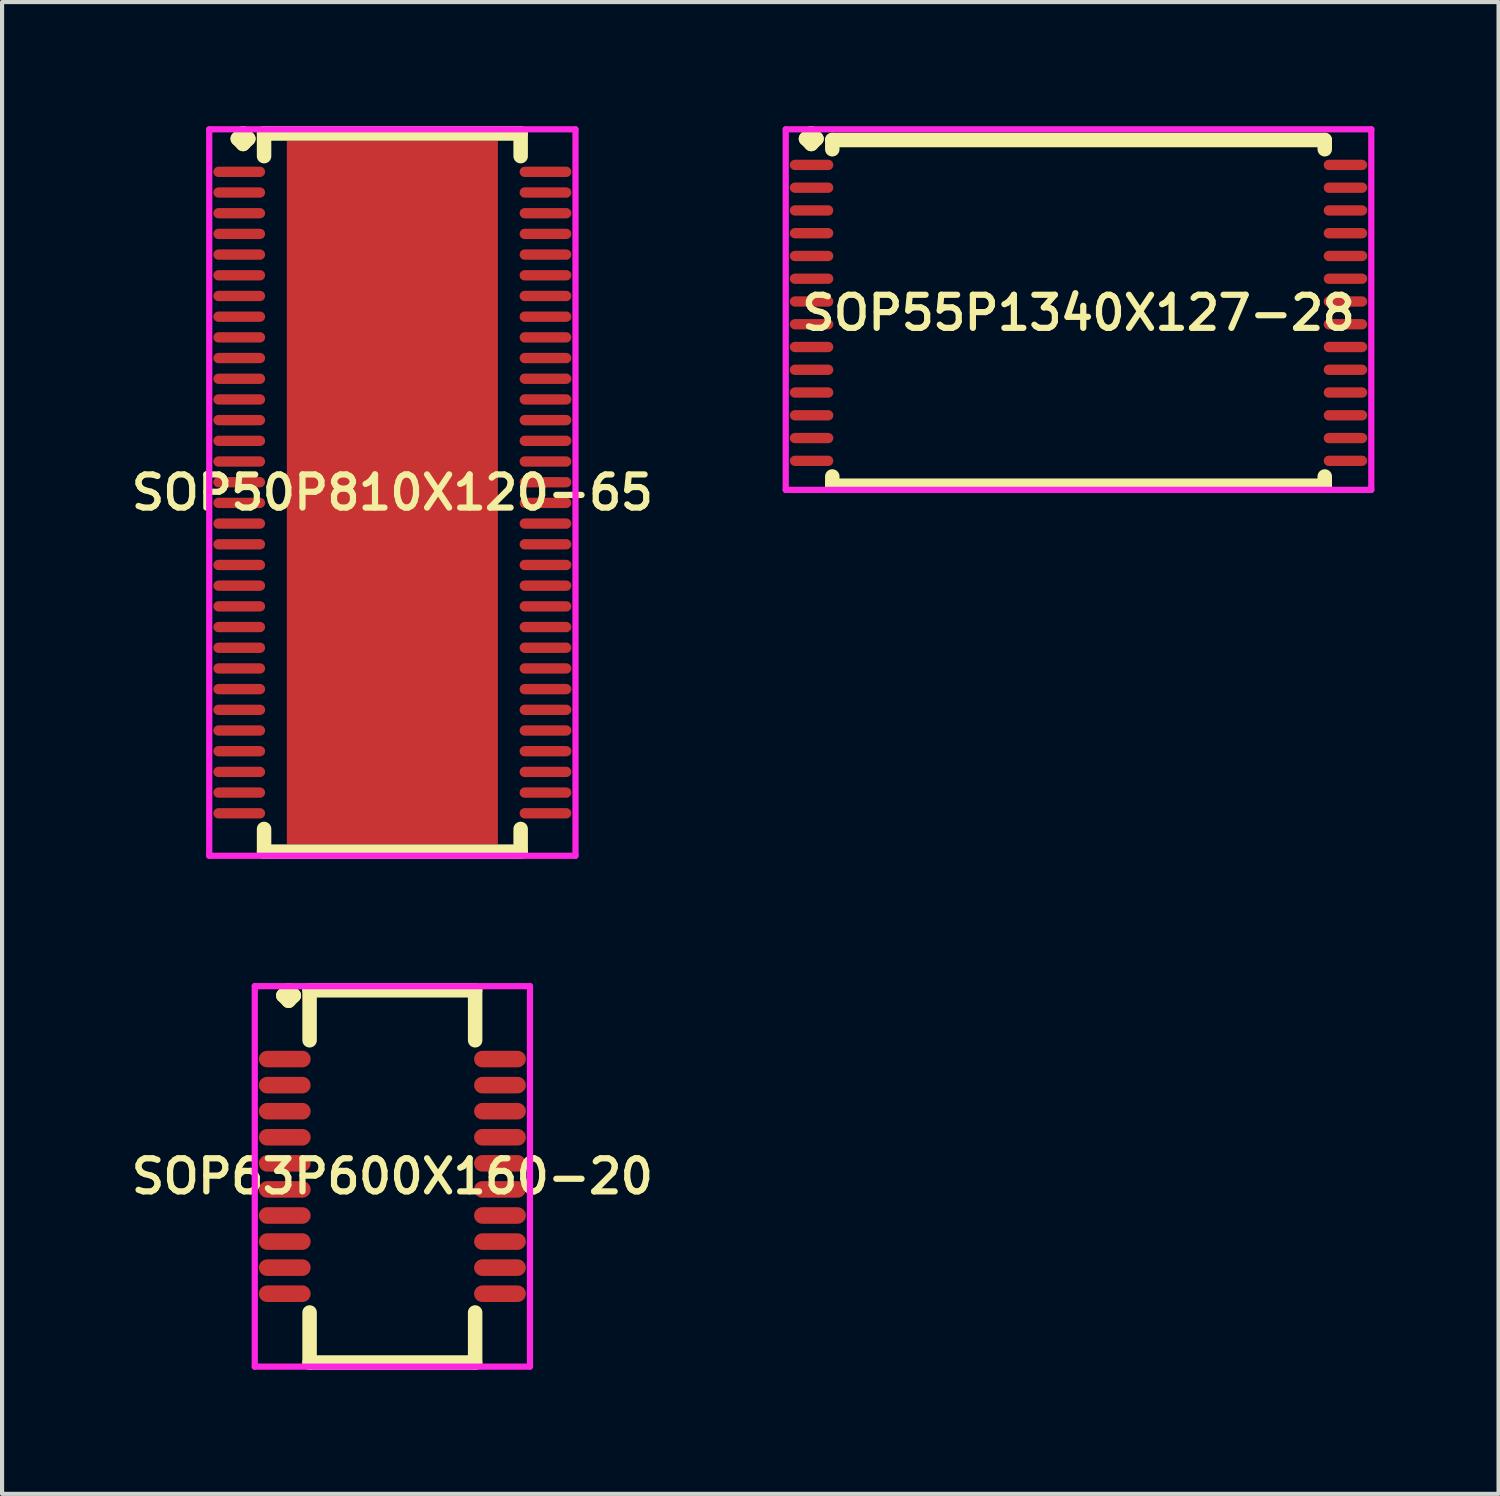
<source format=kicad_pcb>
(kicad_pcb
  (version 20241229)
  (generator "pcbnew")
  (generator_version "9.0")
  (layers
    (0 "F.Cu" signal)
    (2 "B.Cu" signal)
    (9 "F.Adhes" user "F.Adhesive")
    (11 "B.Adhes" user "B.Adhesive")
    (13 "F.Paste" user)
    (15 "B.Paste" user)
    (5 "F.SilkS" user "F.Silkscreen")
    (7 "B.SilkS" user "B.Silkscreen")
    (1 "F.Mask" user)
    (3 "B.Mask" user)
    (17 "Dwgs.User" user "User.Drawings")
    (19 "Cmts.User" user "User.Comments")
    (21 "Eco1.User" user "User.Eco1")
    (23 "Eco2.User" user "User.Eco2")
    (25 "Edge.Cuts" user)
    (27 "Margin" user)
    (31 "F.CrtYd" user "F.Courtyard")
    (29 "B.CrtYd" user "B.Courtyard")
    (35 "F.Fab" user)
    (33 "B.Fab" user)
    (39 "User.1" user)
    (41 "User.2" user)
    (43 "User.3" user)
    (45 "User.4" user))
  (footprint "SOP63P600X160-20"
    (layer "F.Cu")
    (at 6.431 25.376)
    (property "Reference" "SOP63P600X160-20" (at 0 0 0) (layer "F.SilkS") (effects (font (size 0.8 0.8) (thickness 0.15))))
    (attr smd)
    (fp_line (start -2.635 -4.37) (end -2.508 -4.497) (stroke (width 0.35) (type solid)) (layer "F.SilkS"))
    (fp_line (start -2.508 -4.497) (end -2.381 -4.37) (stroke (width 0.35) (type solid)) (layer "F.SilkS"))
    (fp_line (start -2.508 -4.243) (end -2.635 -4.37) (stroke (width 0.35) (type solid)) (layer "F.SilkS"))
    (fp_line (start -2.381 -4.37) (end -2.508 -4.243) (stroke (width 0.35) (type solid)) (layer "F.SilkS"))
    (fp_line (start -2 -4.497) (end 2 -4.497) (stroke (width 0.35) (type solid)) (layer "F.SilkS"))
    (fp_line (start -2 -3.289) (end -2 -4.497) (stroke (width 0.35) (type solid)) (layer "F.SilkS"))
    (fp_line (start -2 3.289) (end -2 4.497) (stroke (width 0.35) (type solid)) (layer "F.SilkS"))
    (fp_line (start -2 4.497) (end 2 4.497) (stroke (width 0.35) (type solid)) (layer "F.SilkS"))
    (fp_line (start 2 -4.497) (end 2 -3.289) (stroke (width 0.35) (type solid)) (layer "F.SilkS"))
    (fp_line (start 2 4.497) (end 2 3.289) (stroke (width 0.35) (type solid)) (layer "F.SilkS"))
    (fp_line (start -3.325 -4.597) (end 3.325 -4.597) (stroke (width 0.15) (type solid)) (layer "F.CrtYd"))
    (fp_line (start -3.325 4.597) (end -3.325 -4.597) (stroke (width 0.15) (type solid)) (layer "F.CrtYd"))
    (fp_line (start 3.325 -4.597) (end 3.325 4.597) (stroke (width 0.15) (type solid)) (layer "F.CrtYd"))
    (fp_line (start 3.325 4.597) (end -3.325 4.597) (stroke (width 0.15) (type solid)) (layer "F.CrtYd"))
    (pad "1" smd oval (at -2.6 -2.835) (size 1.25 0.4) (layers "F.Cu" "F.Mask" "F.Paste"))
    (pad "2" smd oval (at -2.6 -2.205) (size 1.25 0.4) (layers "F.Cu" "F.Mask" "F.Paste"))
    (pad "3" smd oval (at -2.6 -1.575) (size 1.25 0.4) (layers "F.Cu" "F.Mask" "F.Paste"))
    (pad "4" smd oval (at -2.6 -0.945) (size 1.25 0.4) (layers "F.Cu" "F.Mask" "F.Paste"))
    (pad "5" smd oval (at -2.6 -0.315) (size 1.25 0.4) (layers "F.Cu" "F.Mask" "F.Paste"))
    (pad "6" smd oval (at -2.6 0.315) (size 1.25 0.4) (layers "F.Cu" "F.Mask" "F.Paste"))
    (pad "7" smd oval (at -2.6 0.945) (size 1.25 0.4) (layers "F.Cu" "F.Mask" "F.Paste"))
    (pad "8" smd oval (at -2.6 1.575) (size 1.25 0.4) (layers "F.Cu" "F.Mask" "F.Paste"))
    (pad "9" smd oval (at -2.6 2.205) (size 1.25 0.4) (layers "F.Cu" "F.Mask" "F.Paste"))
    (pad "10" smd oval (at -2.6 2.835) (size 1.25 0.4) (layers "F.Cu" "F.Mask" "F.Paste"))
    (pad "11" smd oval (at 2.6 2.835) (size 1.25 0.4) (layers "F.Cu" "F.Mask" "F.Paste"))
    (pad "12" smd oval (at 2.6 2.205) (size 1.25 0.4) (layers "F.Cu" "F.Mask" "F.Paste"))
    (pad "13" smd oval (at 2.6 1.575) (size 1.25 0.4) (layers "F.Cu" "F.Mask" "F.Paste"))
    (pad "14" smd oval (at 2.6 0.945) (size 1.25 0.4) (layers "F.Cu" "F.Mask" "F.Paste"))
    (pad "15" smd oval (at 2.6 0.315) (size 1.25 0.4) (layers "F.Cu" "F.Mask" "F.Paste"))
    (pad "16" smd oval (at 2.6 -0.315) (size 1.25 0.4) (layers "F.Cu" "F.Mask" "F.Paste"))
    (pad "17" smd oval (at 2.6 -0.945) (size 1.25 0.4) (layers "F.Cu" "F.Mask" "F.Paste"))
    (pad "18" smd oval (at 2.6 -1.575) (size 1.25 0.4) (layers "F.Cu" "F.Mask" "F.Paste"))
    (pad "19" smd oval (at 2.6 -2.205) (size 1.25 0.4) (layers "F.Cu" "F.Mask" "F.Paste"))
    (pad "20" smd oval (at 2.6 -2.835) (size 1.25 0.4) (layers "F.Cu" "F.Mask" "F.Paste")))
  (footprint "SOP50P810X120-65"
    (layer "F.Cu")
    (at 6.431 8.852)
    (property "Reference" "SOP50P810X120-65" (at 0 0 0) (layer "F.SilkS") (effects (font (size 0.8 0.8) (thickness 0.15))))
    (attr smd)
    (fp_line (start -3.735 -8.55) (end -3.608 -8.677) (stroke (width 0.35) (type solid)) (layer "F.SilkS"))
    (fp_line (start -3.608 -8.677) (end -3.481 -8.55) (stroke (width 0.35) (type solid)) (layer "F.SilkS"))
    (fp_line (start -3.608 -8.423) (end -3.735 -8.55) (stroke (width 0.35) (type solid)) (layer "F.SilkS"))
    (fp_line (start -3.481 -8.55) (end -3.608 -8.423) (stroke (width 0.35) (type solid)) (layer "F.SilkS"))
    (fp_line (start -3.1 -8.677) (end 3.1 -8.677) (stroke (width 0.35) (type solid)) (layer "F.SilkS"))
    (fp_line (start -3.1 -8.129) (end -3.1 -8.677) (stroke (width 0.35) (type solid)) (layer "F.SilkS"))
    (fp_line (start -3.1 8.129) (end -3.1 8.677) (stroke (width 0.35) (type solid)) (layer "F.SilkS"))
    (fp_line (start -3.1 8.677) (end 3.1 8.677) (stroke (width 0.35) (type solid)) (layer "F.SilkS"))
    (fp_line (start 3.1 -8.677) (end 3.1 -8.129) (stroke (width 0.35) (type solid)) (layer "F.SilkS"))
    (fp_line (start 3.1 8.677) (end 3.1 8.129) (stroke (width 0.35) (type solid)) (layer "F.SilkS"))
    (fp_line (start -4.425 -8.777) (end 4.425 -8.777) (stroke (width 0.15) (type solid)) (layer "F.CrtYd"))
    (fp_line (start -4.425 8.777) (end -4.425 -8.777) (stroke (width 0.15) (type solid)) (layer "F.CrtYd"))
    (fp_line (start 4.425 -8.777) (end 4.425 8.777) (stroke (width 0.15) (type solid)) (layer "F.CrtYd"))
    (fp_line (start 4.425 8.777) (end -4.425 8.777) (stroke (width 0.15) (type solid)) (layer "F.CrtYd"))
    (pad "1" smd oval (at -3.7 -7.75) (size 1.25 0.25) (layers "F.Cu" "F.Mask" "F.Paste"))
    (pad "2" smd oval (at -3.7 -7.25) (size 1.25 0.25) (layers "F.Cu" "F.Mask" "F.Paste"))
    (pad "3" smd oval (at -3.7 -6.75) (size 1.25 0.25) (layers "F.Cu" "F.Mask" "F.Paste"))
    (pad "4" smd oval (at -3.7 -6.25) (size 1.25 0.25) (layers "F.Cu" "F.Mask" "F.Paste"))
    (pad "5" smd oval (at -3.7 -5.75) (size 1.25 0.25) (layers "F.Cu" "F.Mask" "F.Paste"))
    (pad "6" smd oval (at -3.7 -5.25) (size 1.25 0.25) (layers "F.Cu" "F.Mask" "F.Paste"))
    (pad "7" smd oval (at -3.7 -4.75) (size 1.25 0.25) (layers "F.Cu" "F.Mask" "F.Paste"))
    (pad "8" smd oval (at -3.7 -4.25) (size 1.25 0.25) (layers "F.Cu" "F.Mask" "F.Paste"))
    (pad "9" smd oval (at -3.7 -3.75) (size 1.25 0.25) (layers "F.Cu" "F.Mask" "F.Paste"))
    (pad "10" smd oval (at -3.7 -3.25) (size 1.25 0.25) (layers "F.Cu" "F.Mask" "F.Paste"))
    (pad "11" smd oval (at -3.7 -2.75) (size 1.25 0.25) (layers "F.Cu" "F.Mask" "F.Paste"))
    (pad "12" smd oval (at -3.7 -2.25) (size 1.25 0.25) (layers "F.Cu" "F.Mask" "F.Paste"))
    (pad "13" smd oval (at -3.7 -1.75) (size 1.25 0.25) (layers "F.Cu" "F.Mask" "F.Paste"))
    (pad "14" smd oval (at -3.7 -1.25) (size 1.25 0.25) (layers "F.Cu" "F.Mask" "F.Paste"))
    (pad "15" smd oval (at -3.7 -0.75) (size 1.25 0.25) (layers "F.Cu" "F.Mask" "F.Paste"))
    (pad "16" smd oval (at -3.7 -0.25) (size 1.25 0.25) (layers "F.Cu" "F.Mask" "F.Paste"))
    (pad "17" smd oval (at -3.7 0.25) (size 1.25 0.25) (layers "F.Cu" "F.Mask" "F.Paste"))
    (pad "18" smd oval (at -3.7 0.75) (size 1.25 0.25) (layers "F.Cu" "F.Mask" "F.Paste"))
    (pad "19" smd oval (at -3.7 1.25) (size 1.25 0.25) (layers "F.Cu" "F.Mask" "F.Paste"))
    (pad "20" smd oval (at -3.7 1.75) (size 1.25 0.25) (layers "F.Cu" "F.Mask" "F.Paste"))
    (pad "21" smd oval (at -3.7 2.25) (size 1.25 0.25) (layers "F.Cu" "F.Mask" "F.Paste"))
    (pad "22" smd oval (at -3.7 2.75) (size 1.25 0.25) (layers "F.Cu" "F.Mask" "F.Paste"))
    (pad "23" smd oval (at -3.7 3.25) (size 1.25 0.25) (layers "F.Cu" "F.Mask" "F.Paste"))
    (pad "24" smd oval (at -3.7 3.75) (size 1.25 0.25) (layers "F.Cu" "F.Mask" "F.Paste"))
    (pad "25" smd oval (at -3.7 4.25) (size 1.25 0.25) (layers "F.Cu" "F.Mask" "F.Paste"))
    (pad "26" smd oval (at -3.7 4.75) (size 1.25 0.25) (layers "F.Cu" "F.Mask" "F.Paste"))
    (pad "27" smd oval (at -3.7 5.25) (size 1.25 0.25) (layers "F.Cu" "F.Mask" "F.Paste"))
    (pad "28" smd oval (at -3.7 5.75) (size 1.25 0.25) (layers "F.Cu" "F.Mask" "F.Paste"))
    (pad "29" smd oval (at -3.7 6.25) (size 1.25 0.25) (layers "F.Cu" "F.Mask" "F.Paste"))
    (pad "30" smd oval (at -3.7 6.75) (size 1.25 0.25) (layers "F.Cu" "F.Mask" "F.Paste"))
    (pad "31" smd oval (at -3.7 7.25) (size 1.25 0.25) (layers "F.Cu" "F.Mask" "F.Paste"))
    (pad "32" smd oval (at -3.7 7.75) (size 1.25 0.25) (layers "F.Cu" "F.Mask" "F.Paste"))
    (pad "33" smd oval (at 3.7 7.75) (size 1.25 0.25) (layers "F.Cu" "F.Mask" "F.Paste"))
    (pad "34" smd oval (at 3.7 7.25) (size 1.25 0.25) (layers "F.Cu" "F.Mask" "F.Paste"))
    (pad "35" smd oval (at 3.7 6.75) (size 1.25 0.25) (layers "F.Cu" "F.Mask" "F.Paste"))
    (pad "36" smd oval (at 3.7 6.25) (size 1.25 0.25) (layers "F.Cu" "F.Mask" "F.Paste"))
    (pad "37" smd oval (at 3.7 5.75) (size 1.25 0.25) (layers "F.Cu" "F.Mask" "F.Paste"))
    (pad "38" smd oval (at 3.7 5.25) (size 1.25 0.25) (layers "F.Cu" "F.Mask" "F.Paste"))
    (pad "39" smd oval (at 3.7 4.75) (size 1.25 0.25) (layers "F.Cu" "F.Mask" "F.Paste"))
    (pad "40" smd oval (at 3.7 4.25) (size 1.25 0.25) (layers "F.Cu" "F.Mask" "F.Paste"))
    (pad "41" smd oval (at 3.7 3.75) (size 1.25 0.25) (layers "F.Cu" "F.Mask" "F.Paste"))
    (pad "42" smd oval (at 3.7 3.25) (size 1.25 0.25) (layers "F.Cu" "F.Mask" "F.Paste"))
    (pad "43" smd oval (at 3.7 2.75) (size 1.25 0.25) (layers "F.Cu" "F.Mask" "F.Paste"))
    (pad "44" smd oval (at 3.7 2.25) (size 1.25 0.25) (layers "F.Cu" "F.Mask" "F.Paste"))
    (pad "45" smd oval (at 3.7 1.75) (size 1.25 0.25) (layers "F.Cu" "F.Mask" "F.Paste"))
    (pad "46" smd oval (at 3.7 1.25) (size 1.25 0.25) (layers "F.Cu" "F.Mask" "F.Paste"))
    (pad "47" smd oval (at 3.7 0.75) (size 1.25 0.25) (layers "F.Cu" "F.Mask" "F.Paste"))
    (pad "48" smd oval (at 3.7 0.25) (size 1.25 0.25) (layers "F.Cu" "F.Mask" "F.Paste"))
    (pad "49" smd oval (at 3.7 -0.25) (size 1.25 0.25) (layers "F.Cu" "F.Mask" "F.Paste"))
    (pad "50" smd oval (at 3.7 -0.75) (size 1.25 0.25) (layers "F.Cu" "F.Mask" "F.Paste"))
    (pad "51" smd oval (at 3.7 -1.25) (size 1.25 0.25) (layers "F.Cu" "F.Mask" "F.Paste"))
    (pad "52" smd oval (at 3.7 -1.75) (size 1.25 0.25) (layers "F.Cu" "F.Mask" "F.Paste"))
    (pad "53" smd oval (at 3.7 -2.25) (size 1.25 0.25) (layers "F.Cu" "F.Mask" "F.Paste"))
    (pad "54" smd oval (at 3.7 -2.75) (size 1.25 0.25) (layers "F.Cu" "F.Mask" "F.Paste"))
    (pad "55" smd oval (at 3.7 -3.25) (size 1.25 0.25) (layers "F.Cu" "F.Mask" "F.Paste"))
    (pad "56" smd oval (at 3.7 -3.75) (size 1.25 0.25) (layers "F.Cu" "F.Mask" "F.Paste"))
    (pad "57" smd oval (at 3.7 -4.25) (size 1.25 0.25) (layers "F.Cu" "F.Mask" "F.Paste"))
    (pad "58" smd oval (at 3.7 -4.75) (size 1.25 0.25) (layers "F.Cu" "F.Mask" "F.Paste"))
    (pad "59" smd oval (at 3.7 -5.25) (size 1.25 0.25) (layers "F.Cu" "F.Mask" "F.Paste"))
    (pad "60" smd oval (at 3.7 -5.75) (size 1.25 0.25) (layers "F.Cu" "F.Mask" "F.Paste"))
    (pad "61" smd oval (at 3.7 -6.25) (size 1.25 0.25) (layers "F.Cu" "F.Mask" "F.Paste"))
    (pad "62" smd oval (at 3.7 -6.75) (size 1.25 0.25) (layers "F.Cu" "F.Mask" "F.Paste"))
    (pad "63" smd oval (at 3.7 -7.25) (size 1.25 0.25) (layers "F.Cu" "F.Mask" "F.Paste"))
    (pad "64" smd oval (at 3.7 -7.75) (size 1.25 0.25) (layers "F.Cu" "F.Mask" "F.Paste"))
    (pad "65" smd rect (at 0 0) (size 5.1 17) (layers "F.Cu" "F.Mask" "F.Paste")))
  (footprint "SOP55P1340X127-28"
    (layer "F.Cu")
    (at 23.011 4.51)
    (property "Reference" "SOP55P1340X127-28" (at 0 0 0) (layer "F.SilkS") (effects (font (size 0.8 0.8) (thickness 0.15))))
    (attr smd)
    (fp_line (start -6.585 -4.208) (end -6.458 -4.335) (stroke (width 0.35) (type solid)) (layer "F.SilkS"))
    (fp_line (start -6.458 -4.335) (end -6.331 -4.208) (stroke (width 0.35) (type solid)) (layer "F.SilkS"))
    (fp_line (start -6.458 -4.081) (end -6.585 -4.208) (stroke (width 0.35) (type solid)) (layer "F.SilkS"))
    (fp_line (start -6.331 -4.208) (end -6.458 -4.081) (stroke (width 0.35) (type solid)) (layer "F.SilkS"))
    (fp_line (start -5.95 -4.177) (end 5.95 -4.177) (stroke (width 0.35) (type solid)) (layer "F.SilkS"))
    (fp_line (start -5.95 -3.954) (end -5.95 -4.177) (stroke (width 0.35) (type solid)) (layer "F.SilkS"))
    (fp_line (start -5.95 3.954) (end -5.95 4.177) (stroke (width 0.35) (type solid)) (layer "F.SilkS"))
    (fp_line (start -5.95 4.177) (end 5.95 4.177) (stroke (width 0.35) (type solid)) (layer "F.SilkS"))
    (fp_line (start 5.95 -4.177) (end 5.95 -3.954) (stroke (width 0.35) (type solid)) (layer "F.SilkS"))
    (fp_line (start 5.95 4.177) (end 5.95 3.954) (stroke (width 0.35) (type solid)) (layer "F.SilkS"))
    (fp_line (start -7.075 -4.435) (end 7.075 -4.435) (stroke (width 0.15) (type solid)) (layer "F.CrtYd"))
    (fp_line (start -7.075 4.277) (end -7.075 -4.435) (stroke (width 0.15) (type solid)) (layer "F.CrtYd"))
    (fp_line (start 7.075 -4.435) (end 7.075 4.277) (stroke (width 0.15) (type solid)) (layer "F.CrtYd"))
    (fp_line (start 7.075 4.277) (end -7.075 4.277) (stroke (width 0.15) (type solid)) (layer "F.CrtYd"))
    (pad "1" smd oval (at -6.45 -3.575) (size 1.05 0.25) (layers "F.Cu" "F.Mask" "F.Paste"))
    (pad "2" smd oval (at -6.45 -3.025) (size 1.05 0.25) (layers "F.Cu" "F.Mask" "F.Paste"))
    (pad "3" smd oval (at -6.45 -2.475) (size 1.05 0.25) (layers "F.Cu" "F.Mask" "F.Paste"))
    (pad "4" smd oval (at -6.45 -1.925) (size 1.05 0.25) (layers "F.Cu" "F.Mask" "F.Paste"))
    (pad "5" smd oval (at -6.45 -1.375) (size 1.05 0.25) (layers "F.Cu" "F.Mask" "F.Paste"))
    (pad "6" smd oval (at -6.45 -0.825) (size 1.05 0.25) (layers "F.Cu" "F.Mask" "F.Paste"))
    (pad "7" smd oval (at -6.45 -0.275) (size 1.05 0.25) (layers "F.Cu" "F.Mask" "F.Paste"))
    (pad "8" smd oval (at -6.45 0.275) (size 1.05 0.25) (layers "F.Cu" "F.Mask" "F.Paste"))
    (pad "9" smd oval (at -6.45 0.825) (size 1.05 0.25) (layers "F.Cu" "F.Mask" "F.Paste"))
    (pad "10" smd oval (at -6.45 1.375) (size 1.05 0.25) (layers "F.Cu" "F.Mask" "F.Paste"))
    (pad "11" smd oval (at -6.45 1.925) (size 1.05 0.25) (layers "F.Cu" "F.Mask" "F.Paste"))
    (pad "12" smd oval (at -6.45 2.475) (size 1.05 0.25) (layers "F.Cu" "F.Mask" "F.Paste"))
    (pad "13" smd oval (at -6.45 3.025) (size 1.05 0.25) (layers "F.Cu" "F.Mask" "F.Paste"))
    (pad "14" smd oval (at -6.45 3.575) (size 1.05 0.25) (layers "F.Cu" "F.Mask" "F.Paste"))
    (pad "15" smd oval (at 6.45 3.575) (size 1.05 0.25) (layers "F.Cu" "F.Mask" "F.Paste"))
    (pad "16" smd oval (at 6.45 3.025) (size 1.05 0.25) (layers "F.Cu" "F.Mask" "F.Paste"))
    (pad "17" smd oval (at 6.45 2.475) (size 1.05 0.25) (layers "F.Cu" "F.Mask" "F.Paste"))
    (pad "18" smd oval (at 6.45 1.925) (size 1.05 0.25) (layers "F.Cu" "F.Mask" "F.Paste"))
    (pad "19" smd oval (at 6.45 1.375) (size 1.05 0.25) (layers "F.Cu" "F.Mask" "F.Paste"))
    (pad "20" smd oval (at 6.45 0.825) (size 1.05 0.25) (layers "F.Cu" "F.Mask" "F.Paste"))
    (pad "21" smd oval (at 6.45 0.275) (size 1.05 0.25) (layers "F.Cu" "F.Mask" "F.Paste"))
    (pad "22" smd oval (at 6.45 -0.275) (size 1.05 0.25) (layers "F.Cu" "F.Mask" "F.Paste"))
    (pad "23" smd oval (at 6.45 -0.825) (size 1.05 0.25) (layers "F.Cu" "F.Mask" "F.Paste"))
    (pad "24" smd oval (at 6.45 -1.375) (size 1.05 0.25) (layers "F.Cu" "F.Mask" "F.Paste"))
    (pad "25" smd oval (at 6.45 -1.925) (size 1.05 0.25) (layers "F.Cu" "F.Mask" "F.Paste"))
    (pad "26" smd oval (at 6.45 -2.475) (size 1.05 0.25) (layers "F.Cu" "F.Mask" "F.Paste"))
    (pad "27" smd oval (at 6.45 -3.025) (size 1.05 0.25) (layers "F.Cu" "F.Mask" "F.Paste"))
    (pad "28" smd oval (at 6.45 -3.575) (size 1.05 0.25) (layers "F.Cu" "F.Mask" "F.Paste")))
  (gr_rect
    (start -3 -3)
    (end 33.161 33.048)
    (stroke (width 0.1) (type default))
    (fill no)
    (layer "Edge.Cuts")))
</source>
